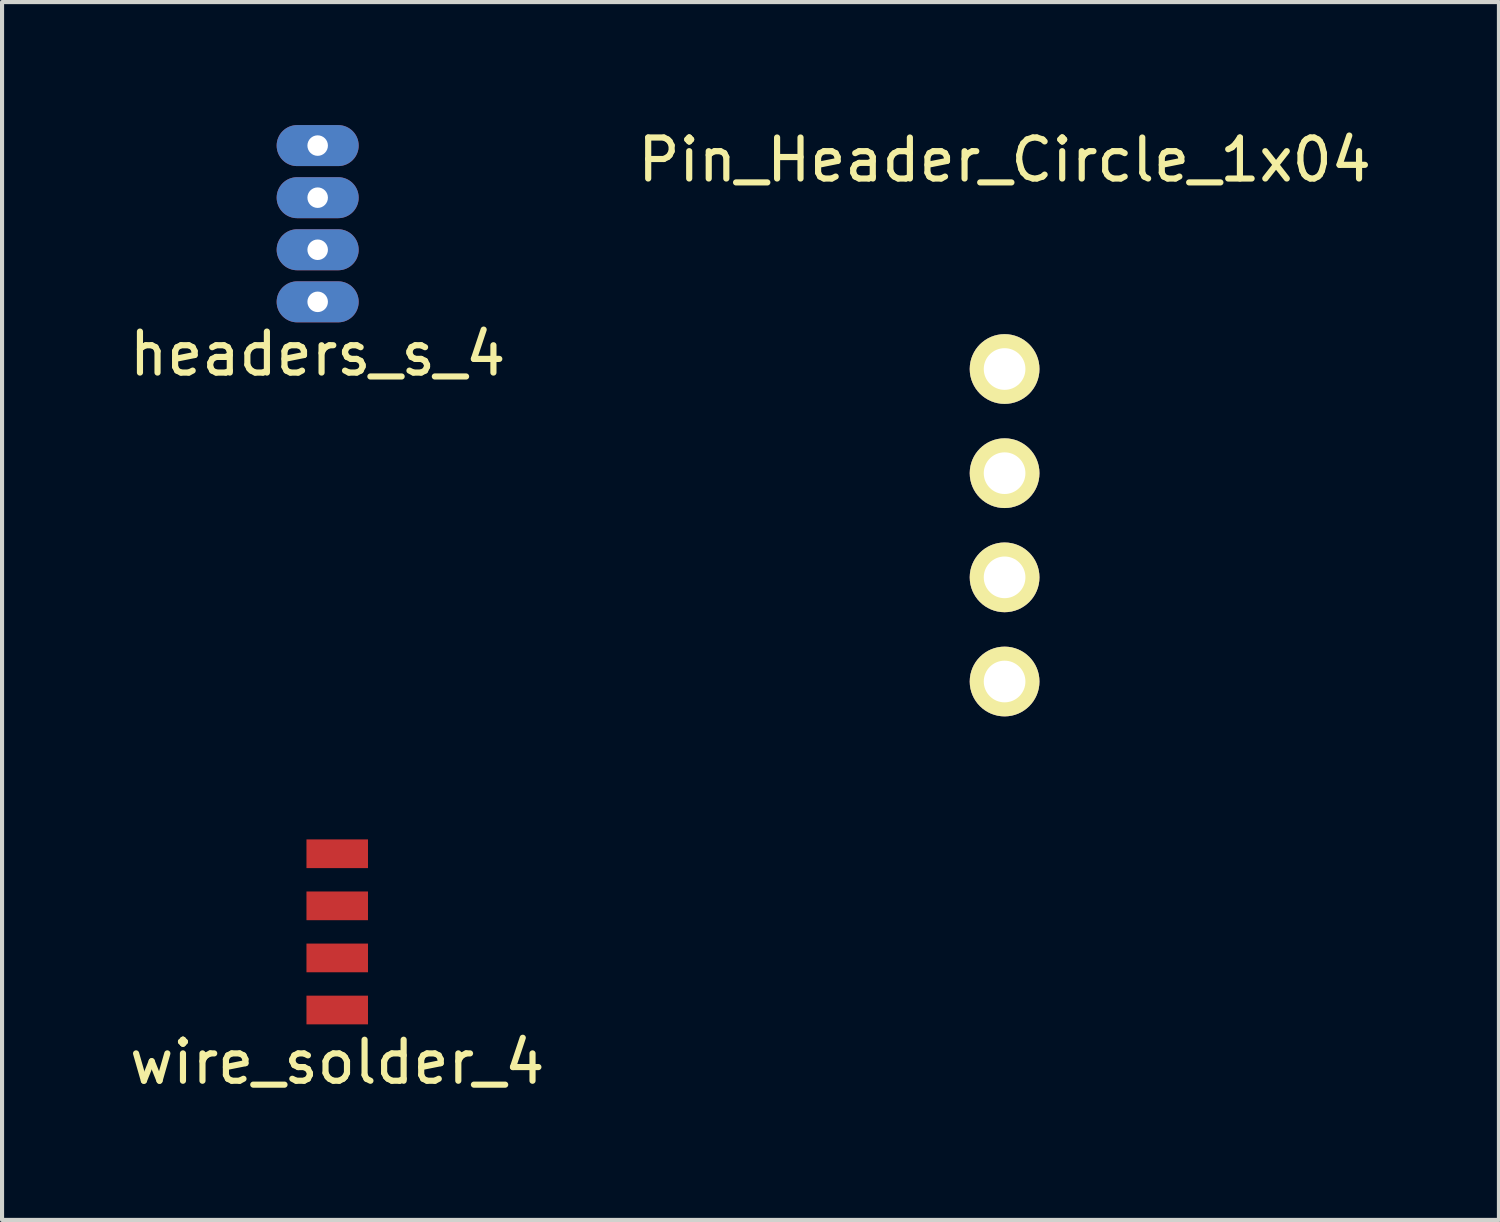
<source format=kicad_pcb>
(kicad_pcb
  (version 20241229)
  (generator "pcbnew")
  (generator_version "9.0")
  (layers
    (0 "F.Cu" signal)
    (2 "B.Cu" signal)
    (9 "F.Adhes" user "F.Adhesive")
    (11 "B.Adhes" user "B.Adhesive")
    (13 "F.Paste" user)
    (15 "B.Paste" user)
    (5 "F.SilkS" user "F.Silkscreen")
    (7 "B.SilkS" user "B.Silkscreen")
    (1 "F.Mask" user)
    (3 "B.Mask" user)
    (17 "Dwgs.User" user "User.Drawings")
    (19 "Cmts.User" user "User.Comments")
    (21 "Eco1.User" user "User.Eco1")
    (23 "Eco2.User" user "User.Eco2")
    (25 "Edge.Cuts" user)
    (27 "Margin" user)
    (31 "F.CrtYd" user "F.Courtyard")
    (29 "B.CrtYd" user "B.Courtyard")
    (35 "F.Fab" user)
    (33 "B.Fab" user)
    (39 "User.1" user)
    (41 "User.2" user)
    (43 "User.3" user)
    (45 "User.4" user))
  (footprint "headers_s_4"
    (layer "F.Cu")
    (at 4.696 0.5)
    (property "Reference" "headers_s_4" (at 0 5.08 0) (layer "F.SilkS") (effects (font (size 1 1) (thickness 0.15))))
    (attr through_hole)
    (pad "1" thru_hole oval (at 0 0) (size 2 1) (drill 0.5) (layers "*.Cu" "*.Mask"))
    (pad "2" thru_hole oval (at 0 1.27) (size 2 1) (drill 0.5) (layers "*.Cu" "*.Mask"))
    (pad "3" thru_hole oval (at 0 2.54) (size 2 1) (drill 0.5) (layers "*.Cu" "*.Mask"))
    (pad "4" thru_hole oval (at 0 3.81) (size 2 1) (drill 0.5) (layers "*.Cu" "*.Mask")))
  (footprint "Pin_Header_Circle_1x04"
    (layer "F.Cu")
    (at 21.446 5.948)
    (property "Reference" "Pin_Header_Circle_1x04" (at 0 -5.1 0) (layer "F.SilkS") (effects (font (size 1 1) (thickness 0.15))))
    (attr through_hole)
    (pad "1" thru_hole circle (at 0 0) (size 1.7 1.7) (drill 1.016) (layers "*.Cu" "*.Mask" "F.SilkS"))
    (pad "2" thru_hole circle (at 0 2.54) (size 1.7 1.7) (drill 1.016) (layers "*.Cu" "*.Mask" "F.SilkS"))
    (pad "3" thru_hole circle (at 0 5.08) (size 1.7 1.7) (drill 1.016) (layers "*.Cu" "*.Mask" "F.SilkS"))
    (pad "4" thru_hole circle (at 0 7.62) (size 1.7 1.7) (drill 1.016) (layers "*.Cu" "*.Mask" "F.SilkS")))
  (footprint "wire_solder_4"
    (layer "F.Cu")
    (at 5.173 17.768)
    (property "Reference" "wire_solder_4" (at 0 5.08 0) (layer "F.SilkS") (effects (font (size 1 1) (thickness 0.15))))
    (attr through_hole)
    (pad "1" connect rect (at 0 0) (size 1.5 0.7) (layers "F.Cu" "F.Mask"))
    (pad "2" connect rect (at 0 1.27) (size 1.5 0.7) (layers "F.Cu" "F.Mask"))
    (pad "3" connect rect (at 0 2.54) (size 1.5 0.7) (layers "F.Cu" "F.Mask"))
    (pad "4" connect rect (at 0 3.81) (size 1.5 0.7) (layers "F.Cu" "F.Mask")))
  (gr_rect
    (start -3 -3)
    (end 33.5 26.697)
    (stroke (width 0.1) (type default))
    (fill no)
    (layer "Edge.Cuts")))
</source>
